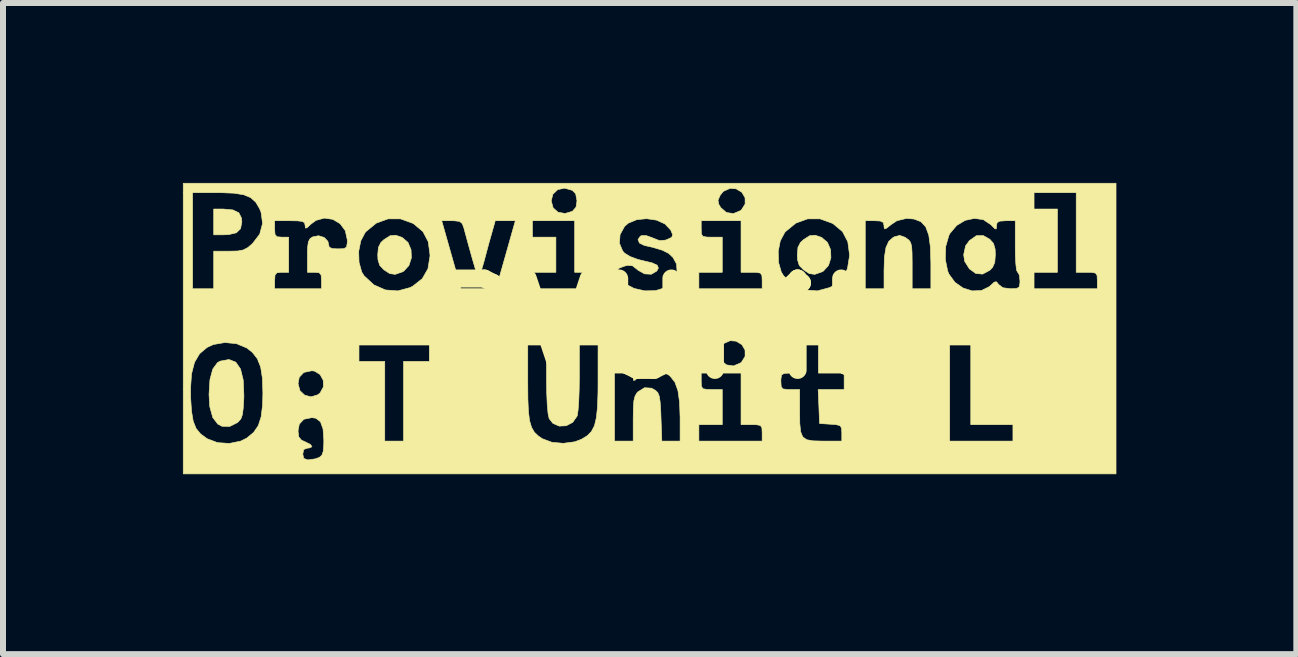
<source format=kicad_pcb>
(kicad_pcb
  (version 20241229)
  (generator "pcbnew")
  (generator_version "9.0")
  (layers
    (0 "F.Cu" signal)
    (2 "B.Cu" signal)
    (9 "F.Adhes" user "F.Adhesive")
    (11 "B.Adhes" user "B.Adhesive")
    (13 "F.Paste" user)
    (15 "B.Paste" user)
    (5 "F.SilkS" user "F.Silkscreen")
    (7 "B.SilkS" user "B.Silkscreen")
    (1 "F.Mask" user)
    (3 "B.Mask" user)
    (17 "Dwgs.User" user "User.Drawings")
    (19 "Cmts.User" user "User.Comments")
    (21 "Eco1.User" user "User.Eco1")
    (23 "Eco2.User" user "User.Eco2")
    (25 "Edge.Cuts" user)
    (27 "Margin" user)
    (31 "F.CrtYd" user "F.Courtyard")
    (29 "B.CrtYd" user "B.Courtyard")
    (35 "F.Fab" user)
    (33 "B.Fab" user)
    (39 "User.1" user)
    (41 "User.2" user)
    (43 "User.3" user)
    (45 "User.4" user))
  (footprint "PVUnit"
    (layer "F.Cu")
    (at 7.781 2.428)
    (property "Reference" "PVUnit" (at 0 0 0) (layer "F.SilkS") (effects (font (size 1.524 1.524) (thickness 0.3))))
    (attr through_hole)
    (fp_poly (pts (xy -6.948 -1.978) (xy -6.849 -1.93) (xy -6.805 -1.842) (xy -6.799 -1.778) (xy -6.82 -1.666) (xy -6.889 -1.598) (xy -7.017 -1.567) (xy -7.109 -1.563) (xy -7.268 -1.563) (xy -7.268 -1.993) (xy -7.109 -1.993) (xy -6.948 -1.978)) (stroke (width 0.01) (type solid)) (fill yes) (layer "F.SilkS"))
    (fp_poly (pts (xy 5.672 -1.488) (xy 5.733 -1.419) (xy 5.76 -1.325) (xy 5.764 -1.231) (xy 5.754 -1.102) (xy 5.717 -1.019) (xy 5.672 -0.973) (xy 5.551 -0.908) (xy 5.437 -0.919) (xy 5.332 -0.995) (xy 5.252 -1.121) (xy 5.236 -1.231) (xy 5.268 -1.38) (xy 5.332 -1.467) (xy 5.447 -1.548) (xy 5.561 -1.551) (xy 5.672 -1.488)) (stroke (width 0.01) (type solid)) (fill yes) (layer "F.SilkS"))
    (fp_poly (pts (xy -4.126 -1.519) (xy -4.029 -1.436) (xy -3.978 -1.315) (xy -3.972 -1.179) (xy -4.013 -1.052) (xy -4.099 -0.958) (xy -4.126 -0.944) (xy -4.242 -0.904) (xy -4.334 -0.917) (xy -4.43 -0.98) (xy -4.499 -1.052) (xy -4.529 -1.145) (xy -4.533 -1.231) (xy -4.522 -1.354) (xy -4.48 -1.436) (xy -4.43 -1.482) (xy -4.327 -1.548) (xy -4.234 -1.556) (xy -4.126 -1.519)) (stroke (width 0.01) (type solid)) (fill yes) (layer "F.SilkS"))
    (fp_poly (pts (xy 2.868 -1.519) (xy 2.965 -1.436) (xy 3.017 -1.315) (xy 3.022 -1.179) (xy 2.982 -1.052) (xy 2.896 -0.958) (xy 2.869 -0.944) (xy 2.753 -0.904) (xy 2.661 -0.917) (xy 2.565 -0.98) (xy 2.495 -1.052) (xy 2.466 -1.145) (xy 2.462 -1.231) (xy 2.473 -1.354) (xy 2.515 -1.436) (xy 2.565 -1.482) (xy 2.668 -1.548) (xy 2.761 -1.556) (xy 2.868 -1.519)) (stroke (width 0.01) (type solid)) (fill yes) (layer "F.SilkS"))
    (fp_poly (pts (xy -6.9 0.56) (xy -6.821 0.674) (xy -6.776 0.857) (xy -6.765 1.11) (xy -6.766 1.164) (xy -6.776 1.33) (xy -6.79 1.437) (xy -6.815 1.505) (xy -6.856 1.553) (xy -6.872 1.567) (xy -7.001 1.632) (xy -7.13 1.629) (xy -7.2 1.592) (xy -7.284 1.482) (xy -7.333 1.304) (xy -7.346 1.101) (xy -7.331 0.853) (xy -7.284 0.676) (xy -7.206 0.569) (xy -7.16 0.543) (xy -7.013 0.516) (xy -6.9 0.56)) (stroke (width 0.01) (type solid)) (fill yes) (layer "F.SilkS"))
    (fp_poly (pts (xy 7.776 2.423) (xy -7.776 2.423) (xy -7.776 1.008) (xy -7.655 1.008) (xy -7.653 1.151) (xy -7.638 1.378) (xy -7.61 1.544) (xy -7.562 1.665) (xy -7.487 1.756) (xy -7.378 1.836) (xy -7.374 1.838) (xy -7.203 1.902) (xy -7.008 1.915) (xy -6.819 1.877) (xy -6.717 1.826) (xy -6.603 1.732) (xy -6.584 1.705) (xy -5.862 1.705) (xy -5.851 1.804) (xy -5.805 1.86) (xy -5.744 1.888) (xy -5.655 1.932) (xy -5.63 1.97) (xy -5.674 1.991) (xy -5.705 1.993) (xy -5.767 2.016) (xy -5.783 2.091) (xy -5.768 2.164) (xy -5.706 2.188) (xy -5.683 2.188) (xy -5.574 2.172) (xy -5.507 2.148) (xy -5.465 2.112) (xy -5.442 2.047) (xy -5.433 1.935) (xy -5.432 1.858) (xy -5.445 1.673) (xy -5.488 1.554) (xy -5.564 1.495) (xy -5.632 1.485) (xy -5.765 1.512) (xy -5.841 1.593) (xy -5.862 1.705) (xy -6.584 1.705) (xy -6.525 1.619) (xy -6.477 1.471) (xy -6.453 1.273) (xy -6.448 1.075) (xy -6.453 0.918) (xy -5.862 0.918) (xy -5.83 1.036) (xy -5.749 1.112) (xy -5.643 1.138) (xy -5.533 1.104) (xy -5.493 1.072) (xy -5.439 0.972) (xy -5.442 0.862) (xy -5.494 0.767) (xy -5.584 0.71) (xy -5.632 0.703) (xy -5.765 0.731) (xy -5.842 0.812) (xy -5.862 0.918) (xy -6.453 0.918) (xy -6.456 0.827) (xy -6.485 0.642) (xy -6.54 0.503) (xy -6.625 0.395) (xy -6.717 0.323) (xy -6.836 0.274) (xy -4.846 0.274) (xy -4.846 0.547) (xy -4.416 0.547) (xy -4.416 1.876) (xy -4.103 1.876) (xy -4.103 0.547) (xy -3.673 0.547) (xy -3.673 0.274) (xy -2.032 0.274) (xy -2.032 0.901) (xy -2.03 1.174) (xy -2.021 1.381) (xy -2.002 1.535) (xy -1.969 1.647) (xy -1.921 1.729) (xy -1.853 1.793) (xy -1.786 1.838) (xy -1.629 1.896) (xy -1.439 1.913) (xy -1.249 1.888) (xy -1.137 1.846) (xy -1.042 1.788) (xy -0.971 1.717) (xy -0.92 1.62) (xy -0.888 1.487) (xy -0.869 1.306) (xy -0.861 1.065) (xy -0.86 0.89) (xy -0.86 0.742) (xy -0.586 0.742) (xy -0.586 1.876) (xy -0.274 1.876) (xy -0.274 1.504) (xy -0.271 1.325) (xy -0.263 1.205) (xy -0.244 1.128) (xy -0.214 1.075) (xy -0.195 1.055) (xy -0.084 0.986) (xy 0.033 0.994) (xy 0.1 1.032) (xy 0.136 1.069) (xy 0.16 1.127) (xy 0.175 1.223) (xy 0.185 1.372) (xy 0.189 1.482) (xy 0.203 1.876) (xy 0.508 1.876) (xy 0.508 1.602) (xy 0.821 1.602) (xy 0.821 1.876) (xy 1.876 1.876) (xy 1.876 1.739) (xy 1.872 1.655) (xy 1.846 1.615) (xy 1.778 1.603) (xy 1.7 1.602) (xy 1.524 1.602) (xy 1.524 0.879) (xy 2.188 0.879) (xy 2.193 0.967) (xy 2.222 1.006) (xy 2.298 1.016) (xy 2.345 1.016) (xy 2.501 1.016) (xy 2.501 1.37) (xy 2.503 1.577) (xy 2.517 1.718) (xy 2.552 1.805) (xy 2.618 1.853) (xy 2.724 1.872) (xy 2.88 1.876) (xy 2.893 1.876) (xy 3.204 1.876) (xy 3.204 1.741) (xy 3.2 1.66) (xy 3.175 1.619) (xy 3.107 1.601) (xy 3.019 1.595) (xy 2.833 1.583) (xy 2.822 1.299) (xy 2.81 1.016) (xy 3.243 1.016) (xy 3.243 0.742) (xy 2.814 0.742) (xy 2.814 0.274) (xy 5.002 0.274) (xy 5.002 1.876) (xy 6.057 1.876) (xy 6.057 1.602) (xy 5.354 1.602) (xy 5.354 0.274) (xy 5.002 0.274) (xy 2.814 0.274) (xy 2.501 0.274) (xy 2.501 0.742) (xy 2.345 0.742) (xy 2.245 0.747) (xy 2.2 0.772) (xy 2.189 0.839) (xy 2.188 0.879) (xy 1.524 0.879) (xy 1.524 0.742) (xy 0.86 0.742) (xy 0.86 0.879) (xy 0.863 0.963) (xy 0.889 1.003) (xy 0.957 1.015) (xy 1.036 1.016) (xy 1.211 1.016) (xy 1.211 1.602) (xy 0.821 1.602) (xy 0.508 1.602) (xy 0.508 1.484) (xy 0.499 1.227) (xy 0.472 1.035) (xy 0.422 0.895) (xy 0.345 0.797) (xy 0.308 0.767) (xy 0.168 0.71) (xy 0.012 0.709) (xy -0.129 0.761) (xy -0.178 0.799) (xy -0.242 0.859) (xy -0.268 0.865) (xy -0.274 0.82) (xy -0.274 0.819) (xy -0.287 0.769) (xy -0.342 0.747) (xy -0.43 0.742) (xy -0.586 0.742) (xy -0.86 0.742) (xy -0.86 0.4) (xy 1.14 0.4) (xy 1.152 0.466) (xy 1.185 0.523) (xy 1.28 0.605) (xy 1.397 0.623) (xy 1.514 0.574) (xy 1.531 0.561) (xy 1.592 0.463) (xy 1.591 0.359) (xy 1.538 0.268) (xy 1.442 0.21) (xy 1.343 0.202) (xy 1.229 0.252) (xy 1.176 0.318) (xy 1.14 0.4) (xy -0.86 0.4) (xy -0.86 0.274) (xy -1.172 0.274) (xy -1.172 0.818) (xy -1.175 1.025) (xy -1.182 1.211) (xy -1.193 1.358) (xy -1.206 1.449) (xy -1.21 1.46) (xy -1.283 1.564) (xy -1.39 1.62) (xy -1.508 1.626) (xy -1.613 1.58) (xy -1.675 1.501) (xy -1.693 1.42) (xy -1.707 1.273) (xy -1.716 1.073) (xy -1.719 0.838) (xy -1.719 0.274) (xy -2.032 0.274) (xy -3.673 0.274) (xy -4.846 0.274) (xy -6.836 0.274) (xy -6.886 0.252) (xy -7.082 0.233) (xy -7.274 0.266) (xy -7.378 0.314) (xy -7.503 0.419) (xy -7.588 0.563) (xy -7.638 0.756) (xy -7.655 1.008) (xy -7.776 1.008) (xy -7.776 -2.266) (xy -7.62 -2.266) (xy -7.62 -0.664) (xy -7.268 -0.664) (xy -7.268 -1.29) (xy -7.014 -1.29) (xy -6.869 -1.293) (xy -6.774 -1.311) (xy -6.698 -1.351) (xy -6.621 -1.417) (xy -6.501 -1.574) (xy -6.453 -1.753) (xy -6.459 -1.798) (xy -6.252 -1.798) (xy -6.252 -1.661) (xy -6.246 -1.569) (xy -6.213 -1.531) (xy -6.135 -1.524) (xy -6.018 -1.524) (xy -6.018 -0.938) (xy -6.135 -0.938) (xy -6.214 -0.93) (xy -6.246 -0.892) (xy -6.252 -0.801) (xy -6.252 -0.664) (xy -5.471 -0.664) (xy -5.471 -0.801) (xy -5.477 -0.893) (xy -5.51 -0.931) (xy -5.588 -0.938) (xy -5.705 -0.938) (xy -5.705 -1.21) (xy -5.704 -1.287) (xy -4.851 -1.287) (xy -4.845 -1.104) (xy -4.8 -0.943) (xy -4.761 -0.88) (xy -4.598 -0.729) (xy -4.406 -0.644) (xy -4.2 -0.628) (xy -3.995 -0.683) (xy -3.949 -0.707) (xy -3.79 -0.832) (xy -3.696 -0.997) (xy -3.662 -1.208) (xy -3.662 -1.231) (xy -3.691 -1.447) (xy -3.779 -1.616) (xy -3.931 -1.744) (xy -3.949 -1.755) (xy -4.067 -1.798) (xy -3.467 -1.798) (xy -3.306 -1.231) (xy -3.146 -0.665) (xy -2.56 -0.665) (xy -2.399 -1.231) (xy -2.239 -1.798) (xy -1.954 -1.798) (xy -1.954 -1.524) (xy -1.563 -1.524) (xy -1.563 -0.938) (xy -1.954 -0.938) (xy -1.954 -0.664) (xy -0.938 -0.664) (xy -0.938 -0.801) (xy -0.943 -0.889) (xy -0.972 -0.928) (xy -1.048 -0.938) (xy -1.094 -0.938) (xy -1.25 -0.938) (xy -1.25 -0.951) (xy -0.543 -0.951) (xy -0.51 -0.863) (xy -0.506 -0.855) (xy -0.407 -0.746) (xy -0.258 -0.669) (xy -0.082 -0.629) (xy 0.097 -0.632) (xy 0.257 -0.681) (xy 0.274 -0.69) (xy 0.4 -0.8) (xy 0.459 -0.935) (xy 0.458 -0.938) (xy 0.821 -0.938) (xy 0.821 -0.664) (xy 1.876 -0.664) (xy 1.876 -0.801) (xy 1.872 -0.885) (xy 1.846 -0.925) (xy 1.778 -0.937) (xy 1.7 -0.938) (xy 1.524 -0.938) (xy 1.524 -1.287) (xy 2.144 -1.287) (xy 2.149 -1.104) (xy 2.195 -0.943) (xy 2.234 -0.88) (xy 2.397 -0.729) (xy 2.589 -0.644) (xy 2.795 -0.628) (xy 3 -0.683) (xy 3.046 -0.707) (xy 3.204 -0.832) (xy 3.298 -0.997) (xy 3.332 -1.208) (xy 3.333 -1.231) (xy 3.304 -1.447) (xy 3.216 -1.616) (xy 3.064 -1.744) (xy 3.046 -1.755) (xy 2.928 -1.798) (xy 3.595 -1.798) (xy 3.595 -0.664) (xy 3.908 -0.664) (xy 3.908 -0.974) (xy 3.915 -1.194) (xy 3.94 -1.35) (xy 3.986 -1.453) (xy 4.058 -1.518) (xy 4.081 -1.53) (xy 4.17 -1.553) (xy 4.256 -1.523) (xy 4.277 -1.509) (xy 4.323 -1.475) (xy 4.351 -1.435) (xy 4.368 -1.37) (xy 4.375 -1.265) (xy 4.377 -1.102) (xy 4.377 -1.054) (xy 4.377 -0.664) (xy 4.689 -0.664) (xy 4.689 -1.096) (xy 4.687 -1.156) (xy 4.929 -1.156) (xy 4.969 -0.96) (xy 4.989 -0.91) (xy 5.089 -0.772) (xy 5.225 -0.676) (xy 5.379 -0.628) (xy 5.531 -0.634) (xy 5.662 -0.698) (xy 5.682 -0.716) (xy 5.747 -0.775) (xy 5.783 -0.78) (xy 5.818 -0.736) (xy 5.888 -0.681) (xy 6.017 -0.664) (xy 6.018 -0.664) (xy 6.118 -0.668) (xy 6.162 -0.694) (xy 6.174 -0.761) (xy 6.174 -0.801) (xy 6.164 -0.891) (xy 6.14 -0.937) (xy 6.135 -0.938) (xy 6.117 -0.975) (xy 6.105 -1.081) (xy 6.097 -1.244) (xy 6.096 -1.368) (xy 6.096 -1.798) (xy 5.94 -1.798) (xy 5.838 -1.791) (xy 5.793 -1.766) (xy 5.783 -1.714) (xy 5.78 -1.662) (xy 5.758 -1.663) (xy 5.703 -1.717) (xy 5.688 -1.733) (xy 5.563 -1.816) (xy 5.415 -1.837) (xy 5.26 -1.804) (xy 5.119 -1.719) (xy 5.008 -1.588) (xy 4.989 -1.552) (xy 4.936 -1.367) (xy 4.929 -1.156) (xy 4.687 -1.156) (xy 4.681 -1.361) (xy 4.654 -1.558) (xy 4.603 -1.696) (xy 4.523 -1.782) (xy 4.409 -1.826) (xy 4.284 -1.837) (xy 4.123 -1.798) (xy 4.028 -1.735) (xy 3.951 -1.674) (xy 3.917 -1.661) (xy 3.908 -1.693) (xy 3.908 -1.716) (xy 3.896 -1.769) (xy 3.846 -1.793) (xy 3.751 -1.798) (xy 3.595 -1.798) (xy 2.928 -1.798) (xy 2.841 -1.829) (xy 2.634 -1.829) (xy 2.438 -1.758) (xy 2.266 -1.617) (xy 2.252 -1.601) (xy 2.178 -1.462) (xy 2.144 -1.287) (xy 1.524 -1.287) (xy 1.524 -1.798) (xy 0.86 -1.798) (xy 0.86 -1.661) (xy 0.863 -1.577) (xy 0.889 -1.537) (xy 0.957 -1.525) (xy 1.036 -1.524) (xy 1.211 -1.524) (xy 1.211 -0.938) (xy 0.821 -0.938) (xy 0.458 -0.938) (xy 0.448 -1.078) (xy 0.389 -1.186) (xy 0.318 -1.253) (xy 0.213 -1.306) (xy 0.058 -1.353) (xy -0.088 -1.386) (xy -0.169 -1.425) (xy -0.194 -1.484) (xy -0.157 -1.538) (xy -0.132 -1.551) (xy -0.056 -1.55) (xy 0.043 -1.515) (xy 0.056 -1.509) (xy 0.165 -1.466) (xy 0.261 -1.474) (xy 0.285 -1.482) (xy 0.367 -1.52) (xy 0.385 -1.563) (xy 0.352 -1.641) (xy 0.351 -1.643) (xy 0.256 -1.744) (xy 0.115 -1.808) (xy -0.05 -1.832) (xy -0.214 -1.816) (xy -0.356 -1.757) (xy -0.418 -1.703) (xy -0.493 -1.567) (xy -0.504 -1.423) (xy -0.45 -1.294) (xy -0.418 -1.258) (xy -0.326 -1.201) (xy -0.194 -1.152) (xy -0.117 -1.133) (xy 0.04 -1.096) (xy 0.125 -1.057) (xy 0.146 -1.009) (xy 0.119 -0.959) (xy 0.029 -0.906) (xy -0.084 -0.912) (xy -0.195 -0.974) (xy -0.209 -0.987) (xy -0.286 -1.047) (xy -0.367 -1.054) (xy -0.423 -1.04) (xy -0.517 -1.003) (xy -0.543 -0.951) (xy -1.25 -0.951) (xy -1.25 -1.798) (xy -1.954 -1.798) (xy -2.239 -1.798) (xy -2.574 -1.798) (xy -2.632 -1.592) (xy -2.675 -1.441) (xy -2.724 -1.259) (xy -2.76 -1.123) (xy -2.798 -0.993) (xy -2.83 -0.899) (xy -2.851 -0.86) (xy -2.852 -0.86) (xy -2.864 -0.875) (xy -2.885 -0.927) (xy -2.915 -1.023) (xy -2.958 -1.171) (xy -3.016 -1.379) (xy -3.091 -1.654) (xy -3.095 -1.671) (xy -3.124 -1.75) (xy -3.169 -1.787) (xy -3.257 -1.797) (xy -3.298 -1.798) (xy -3.467 -1.798) (xy -4.067 -1.798) (xy -4.154 -1.829) (xy -4.361 -1.829) (xy -4.557 -1.758) (xy -4.729 -1.617) (xy -4.743 -1.601) (xy -4.816 -1.462) (xy -4.851 -1.287) (xy -5.704 -1.287) (xy -5.702 -1.357) (xy -5.69 -1.446) (xy -5.663 -1.497) (xy -5.622 -1.527) (xy -5.521 -1.548) (xy -5.426 -1.519) (xy -5.364 -1.454) (xy -5.354 -1.408) (xy -5.341 -1.356) (xy -5.289 -1.333) (xy -5.197 -1.329) (xy -5.097 -1.332) (xy -5.053 -1.359) (xy -5.041 -1.429) (xy -5.041 -1.48) (xy -5.074 -1.632) (xy -5.16 -1.748) (xy -5.282 -1.821) (xy -5.422 -1.842) (xy -5.562 -1.804) (xy -5.648 -1.741) (xy -5.712 -1.681) (xy -5.739 -1.675) (xy -5.744 -1.72) (xy -5.744 -1.721) (xy -5.753 -1.763) (xy -5.789 -1.786) (xy -5.871 -1.796) (xy -5.998 -1.798) (xy -6.252 -1.798) (xy -6.459 -1.798) (xy -6.479 -1.94) (xy -6.503 -1.999) (xy -6.567 -2.108) (xy -6.592 -2.13) (xy -1.641 -2.13) (xy -1.609 -2.013) (xy -1.526 -1.939) (xy -1.409 -1.919) (xy -1.287 -1.955) (xy -1.227 -2.025) (xy -1.211 -2.13) (xy -1.213 -2.14) (xy 1.14 -2.14) (xy 1.152 -2.074) (xy 1.185 -2.017) (xy 1.28 -1.935) (xy 1.397 -1.917) (xy 1.514 -1.966) (xy 1.531 -1.979) (xy 1.592 -2.077) (xy 1.591 -2.181) (xy 1.541 -2.266) (xy 6.409 -2.266) (xy 6.409 -1.993) (xy 6.799 -1.993) (xy 6.799 -0.938) (xy 6.409 -0.938) (xy 6.409 -0.664) (xy 7.464 -0.664) (xy 7.464 -0.801) (xy 7.46 -0.885) (xy 7.434 -0.925) (xy 7.366 -0.937) (xy 7.288 -0.938) (xy 7.112 -0.938) (xy 7.112 -2.266) (xy 6.409 -2.266) (xy 1.541 -2.266) (xy 1.538 -2.272) (xy 1.442 -2.33) (xy 1.343 -2.338) (xy 1.229 -2.288) (xy 1.176 -2.222) (xy 1.14 -2.14) (xy -1.213 -2.14) (xy -1.233 -2.247) (xy -1.287 -2.304) (xy -1.418 -2.341) (xy -1.532 -2.317) (xy -1.613 -2.24) (xy -1.641 -2.13) (xy -6.592 -2.13) (xy -6.651 -2.183) (xy -6.767 -2.231) (xy -6.929 -2.257) (xy -7.152 -2.266) (xy -7.206 -2.266) (xy -7.62 -2.266) (xy -7.776 -2.266) (xy -7.776 -2.423) (xy 7.776 -2.423) (xy 7.776 2.423)) (stroke (width 0.01) (type solid)) (fill yes) (layer "F.SilkS")))
  (gr_rect
    (start -3 -3)
    (end 18.563 7.856)
    (stroke (width 0.1) (type default))
    (fill no)
    (layer "Edge.Cuts")))
</source>
